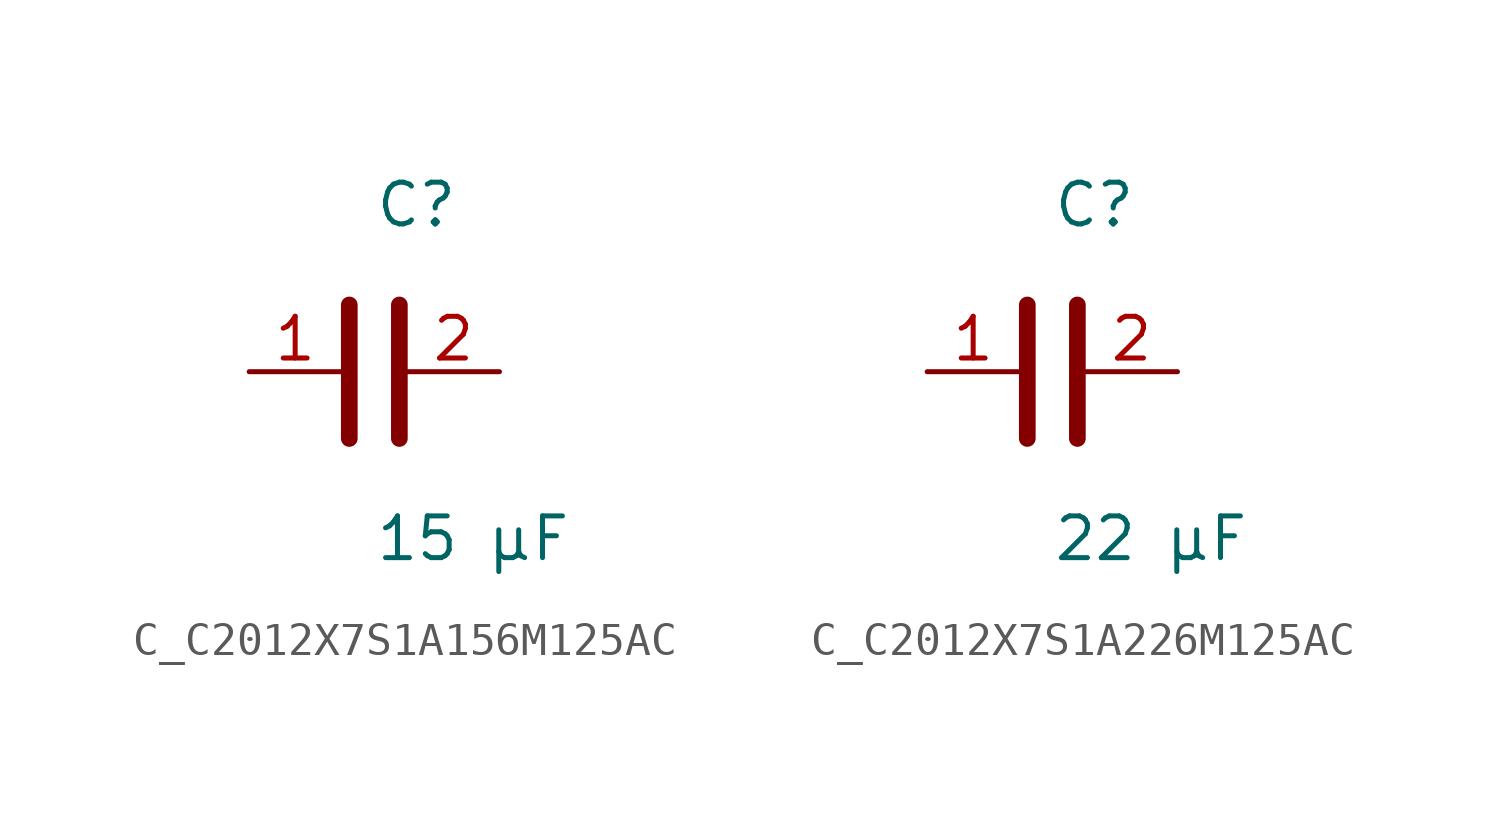
<source format=kicad_sym>
(kicad_symbol_lib
  (version 20231120)
  (generator kicad_symbol_editor)
  (generator_version 8.0)
  (symbol "C_C2012X7S1A156M125AC"
    (pin_names
      (offset 0.254))
    (property "Reference" "C"
      (at 0.0 5.08 0)
      (effects (font (size 1.27 1.27)) (justify left)))
    (property "Value" "15 µF"
      (at 0.0 -5.08 0)
      (effects (font (size 1.27 1.27)) (justify left)))
    (symbol "C_C2012X7S1A156M125AC_0_1"
      (polyline (pts (xy -0.762 -2.032) (xy -0.762 2.032)) (stroke (width 0.508) (type default)) (fill (type none)))
      (polyline (pts (xy 0.762 -2.032) (xy 0.762 2.032)) (stroke (width 0.508) (type default)) (fill (type none))))
    (pin unspecified line
      (at -3.81 0 0)
      (length 2.8)
      (name "" (effects (font (size 1.27 1.27))))
      (number "1" (effects (font (size 1.27 1.27)))))
    (pin unspecified line
      (at 3.81 0 180)
      (length 2.8)
      (name "" (effects (font (size 1.27 1.27))))
      (number "2" (effects (font (size 1.27 1.27))))))
  (symbol "C_C2012X7S1A226M125AC"
    (pin_names
      (offset 0.254))
    (property "Reference" "C"
      (at 0.0 5.08 0)
      (effects (font (size 1.27 1.27)) (justify left)))
    (property "Value" "22 µF"
      (at 0.0 -5.08 0)
      (effects (font (size 1.27 1.27)) (justify left)))
    (symbol "C_C2012X7S1A226M125AC_0_1"
      (polyline (pts (xy -0.762 -2.032) (xy -0.762 2.032)) (stroke (width 0.508) (type default)) (fill (type none)))
      (polyline (pts (xy 0.762 -2.032) (xy 0.762 2.032)) (stroke (width 0.508) (type default)) (fill (type none))))
    (pin unspecified line
      (at -3.81 0 0)
      (length 2.8)
      (name "" (effects (font (size 1.27 1.27))))
      (number "1" (effects (font (size 1.27 1.27)))))
    (pin unspecified line
      (at 3.81 0 180)
      (length 2.8)
      (name "" (effects (font (size 1.27 1.27))))
      (number "2" (effects (font (size 1.27 1.27)))))))
</source>
